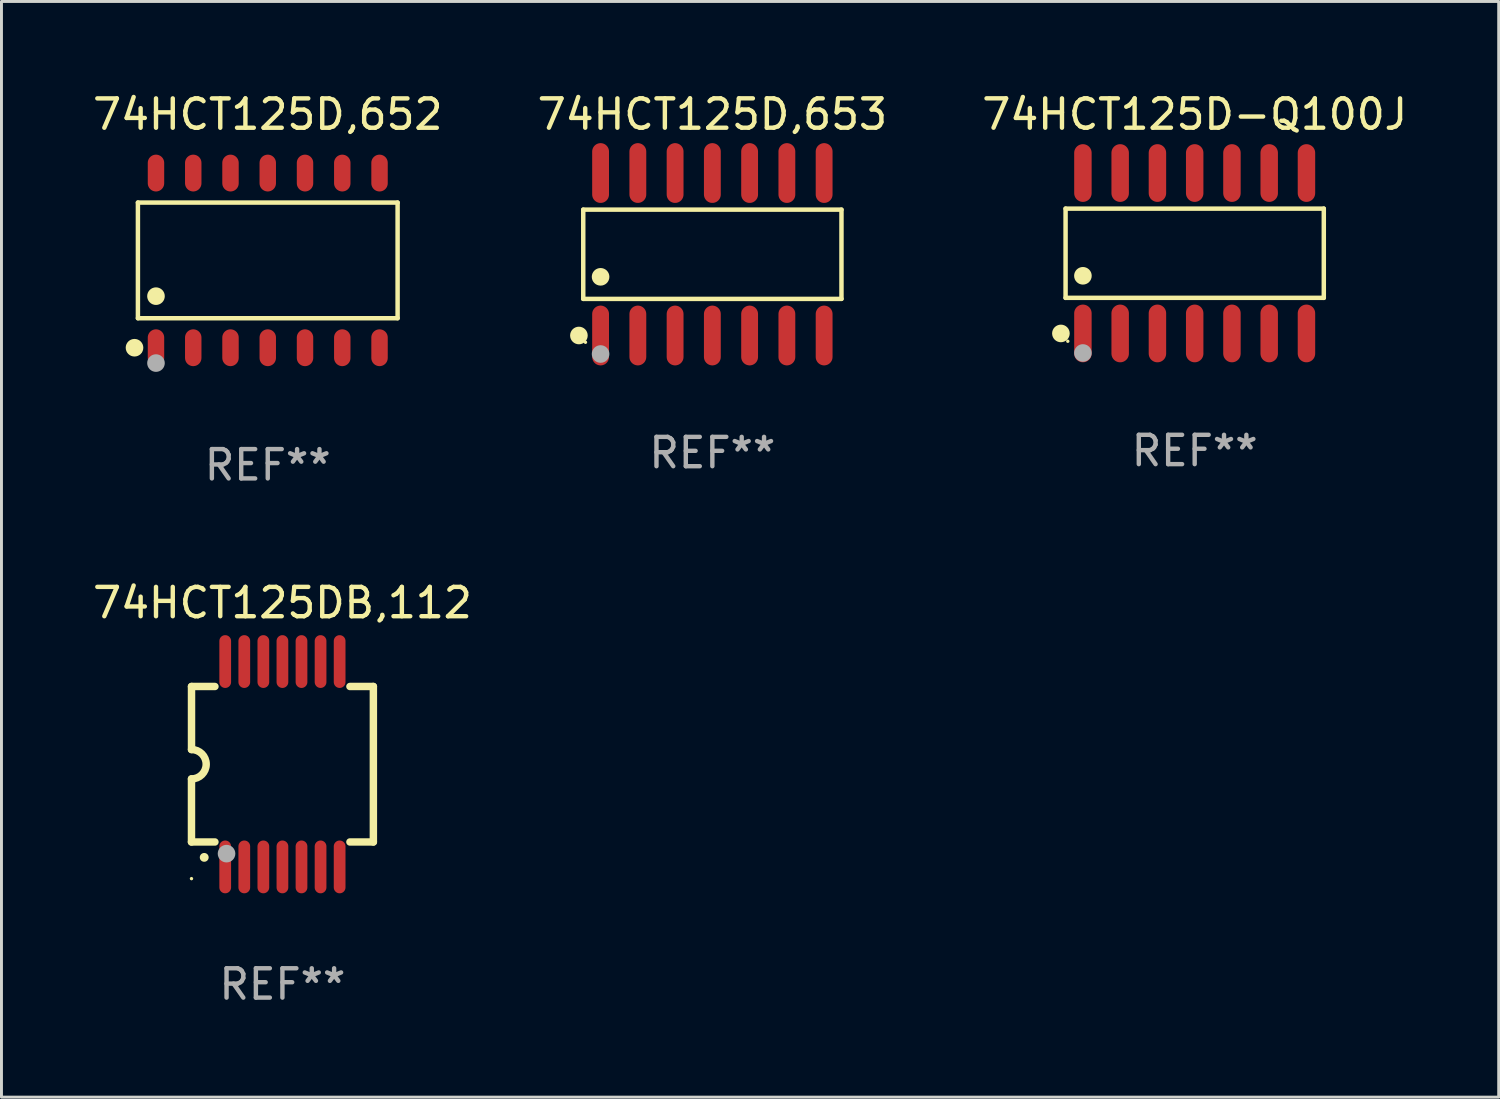
<source format=kicad_pcb>
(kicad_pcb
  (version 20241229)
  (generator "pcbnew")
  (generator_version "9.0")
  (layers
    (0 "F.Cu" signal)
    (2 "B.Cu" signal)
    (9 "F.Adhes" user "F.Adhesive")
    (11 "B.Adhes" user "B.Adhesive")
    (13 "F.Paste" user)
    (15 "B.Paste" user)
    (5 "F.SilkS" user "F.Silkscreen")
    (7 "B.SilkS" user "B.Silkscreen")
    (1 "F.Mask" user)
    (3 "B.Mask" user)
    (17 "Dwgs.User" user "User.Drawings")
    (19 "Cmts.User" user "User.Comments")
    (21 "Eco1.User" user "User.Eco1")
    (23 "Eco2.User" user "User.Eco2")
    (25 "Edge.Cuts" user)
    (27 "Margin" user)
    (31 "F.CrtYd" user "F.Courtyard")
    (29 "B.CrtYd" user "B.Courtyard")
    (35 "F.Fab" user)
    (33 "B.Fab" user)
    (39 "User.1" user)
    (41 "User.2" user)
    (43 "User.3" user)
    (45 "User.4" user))
  (footprint "74HCT125D,652"
    (layer "F.Cu")
    (at 6.077 5.826)
    (property "Reference" "74HCT125D,652" (at 0 -4.977 0) (layer "F.SilkS") (effects (font (size 1 1) (thickness 0.15))))
    (attr through_hole)
    (fp_line (start -4.426 -1.971) (end 4.426 -1.971) (stroke (width 0.152) (type solid)) (layer "F.SilkS"))
    (fp_line (start -4.426 1.971) (end -4.426 -1.971) (stroke (width 0.152) (type solid)) (layer "F.SilkS"))
    (fp_line (start 4.426 -1.971) (end 4.426 1.971) (stroke (width 0.152) (type solid)) (layer "F.SilkS"))
    (fp_line (start 4.426 1.971) (end -4.426 1.971) (stroke (width 0.152) (type solid)) (layer "F.SilkS"))
    (fp_circle (center -4.542 2.977) (end -4.392 2.977) (stroke (width 0.3) (type solid)) (fill no) (layer "F.SilkS"))
    (fp_circle (center -4.35 3.1) (end -4.32 3.1) (stroke (width 0.06) (type solid)) (fill no) (layer "F.SilkS"))
    (fp_circle (center -3.81 1.219) (end -3.66 1.219) (stroke (width 0.3) (type solid)) (fill no) (layer "F.SilkS"))
    (fp_circle (center -3.81 3.5) (end -3.66 3.5) (stroke (width 0.3) (type solid)) (fill no) (layer "F.Fab"))
    (fp_text user "REF**" (at 0 6.977 0) (layer "F.Fab") (effects (font (size 1 1) (thickness 0.15))))
    (pad "1" smd oval (at -3.81 2.977) (size 0.56 1.255) (layers "F.Cu" "F.Mask" "F.Paste"))
    (pad "2" smd oval (at -2.54 2.977) (size 0.56 1.255) (layers "F.Cu" "F.Mask" "F.Paste"))
    (pad "3" smd oval (at -1.27 2.977) (size 0.56 1.255) (layers "F.Cu" "F.Mask" "F.Paste"))
    (pad "4" smd oval (at 0 2.977) (size 0.56 1.255) (layers "F.Cu" "F.Mask" "F.Paste"))
    (pad "5" smd oval (at 1.27 2.977) (size 0.56 1.255) (layers "F.Cu" "F.Mask" "F.Paste"))
    (pad "6" smd oval (at 2.54 2.977) (size 0.56 1.255) (layers "F.Cu" "F.Mask" "F.Paste"))
    (pad "7" smd oval (at 3.81 2.977) (size 0.56 1.255) (layers "F.Cu" "F.Mask" "F.Paste"))
    (pad "8" smd oval (at 3.81 -2.977) (size 0.56 1.255) (layers "F.Cu" "F.Mask" "F.Paste"))
    (pad "9" smd oval (at 2.54 -2.977) (size 0.56 1.255) (layers "F.Cu" "F.Mask" "F.Paste"))
    (pad "10" smd oval (at 1.27 -2.977) (size 0.56 1.255) (layers "F.Cu" "F.Mask" "F.Paste"))
    (pad "11" smd oval (at 0 -2.977) (size 0.56 1.255) (layers "F.Cu" "F.Mask" "F.Paste"))
    (pad "12" smd oval (at -1.27 -2.977) (size 0.56 1.255) (layers "F.Cu" "F.Mask" "F.Paste"))
    (pad "13" smd oval (at -2.54 -2.977) (size 0.56 1.255) (layers "F.Cu" "F.Mask" "F.Paste"))
    (pad "14" smd oval (at -3.81 -2.977) (size 0.56 1.255) (layers "F.Cu" "F.Mask" "F.Paste")))
  (footprint "74HCT125DB,112"
    (layer "F.Cu")
    (at 6.577 23)
    (property "Reference" "74HCT125DB,112" (at 0 -5.5 0) (layer "F.SilkS") (effects (font (size 1 1) (thickness 0.15))))
    (attr through_hole)
    (fp_line (start -3.1 2.65) (end -3.1 0.5) (stroke (width 0.254) (type solid)) (layer "F.SilkS"))
    (fp_line (start -3.099 -2.65) (end -2.301 -2.65) (stroke (width 0.254) (type solid)) (layer "F.SilkS"))
    (fp_line (start -3.099 -0.5) (end -3.099 -2.65) (stroke (width 0.254) (type solid)) (layer "F.SilkS"))
    (fp_line (start -2.301 2.65) (end -3.1 2.65) (stroke (width 0.254) (type solid)) (layer "F.SilkS"))
    (fp_line (start 2.301 -2.65) (end 3.1 -2.65) (stroke (width 0.254) (type solid)) (layer "F.SilkS"))
    (fp_line (start 3.1 -2.65) (end 3.1 2.65) (stroke (width 0.254) (type solid)) (layer "F.SilkS"))
    (fp_line (start 3.1 2.65) (end 2.301 2.65) (stroke (width 0.254) (type solid)) (layer "F.SilkS"))
    (fp_arc (start -3.098806 -0.500381) (mid -2.598806 0) (end -3.098806 0.500381) (stroke (width 0.254001) (type solid)) (layer "F.SilkS"))
    (fp_arc (start -2.667005 3.175006) (mid -2.665735 3.175001) (end -2.664465 3.175006) (stroke (width 0.3) (type solid)) (layer "F.SilkS"))
    (fp_circle (center -3.1 3.9) (end -3.07 3.9) (stroke (width 0.06) (type solid)) (fill no) (layer "F.SilkS"))
    (fp_circle (center -1.905 3.048) (end -1.755 3.048) (stroke (width 0.3) (type solid)) (fill no) (layer "F.Fab"))
    (fp_text user "REF**" (at 0 7.5 0) (layer "F.Fab") (effects (font (size 1 1) (thickness 0.15))))
    (pad "1" smd oval (at -1.95 3.5 270) (size 1.8 0.4) (layers "F.Cu" "F.Mask" "F.Paste"))
    (pad "2" smd oval (at -1.3 3.5 270) (size 1.8 0.4) (layers "F.Cu" "F.Mask" "F.Paste"))
    (pad "3" smd oval (at -0.65 3.5 270) (size 1.8 0.4) (layers "F.Cu" "F.Mask" "F.Paste"))
    (pad "4" smd oval (at 0 3.5 270) (size 1.8 0.4) (layers "F.Cu" "F.Mask" "F.Paste"))
    (pad "5" smd oval (at 0.65 3.5 270) (size 1.8 0.4) (layers "F.Cu" "F.Mask" "F.Paste"))
    (pad "6" smd oval (at 1.3 3.5 270) (size 1.8 0.4) (layers "F.Cu" "F.Mask" "F.Paste"))
    (pad "7" smd oval (at 1.95 3.5 270) (size 1.8 0.4) (layers "F.Cu" "F.Mask" "F.Paste"))
    (pad "8" smd oval (at 1.95 -3.5 90) (size 1.8 0.4) (layers "F.Cu" "F.Mask" "F.Paste"))
    (pad "9" smd oval (at 1.3 -3.5 90) (size 1.8 0.4) (layers "F.Cu" "F.Mask" "F.Paste"))
    (pad "10" smd oval (at 0.65 -3.5 90) (size 1.8 0.4) (layers "F.Cu" "F.Mask" "F.Paste"))
    (pad "11" smd oval (at 0 -3.5 90) (size 1.8 0.4) (layers "F.Cu" "F.Mask" "F.Paste"))
    (pad "12" smd oval (at -0.65 -3.5 90) (size 1.8 0.4) (layers "F.Cu" "F.Mask" "F.Paste"))
    (pad "13" smd oval (at -1.3 -3.5 90) (size 1.8 0.4) (layers "F.Cu" "F.Mask" "F.Paste"))
    (pad "14" smd oval (at -1.95 -3.5 90) (size 1.8 0.4) (layers "F.Cu" "F.Mask" "F.Paste")))
  (footprint "74HCT125D,653"
    (layer "F.Cu")
    (at 21.232 5.617)
    (property "Reference" "74HCT125D,653" (at 0 -4.769 0) (layer "F.SilkS") (effects (font (size 1 1) (thickness 0.15))))
    (attr through_hole)
    (fp_line (start -4.401 -1.521) (end 4.401 -1.521) (stroke (width 0.152) (type solid)) (layer "F.SilkS"))
    (fp_line (start -4.401 1.521) (end -4.401 -1.521) (stroke (width 0.152) (type solid)) (layer "F.SilkS"))
    (fp_line (start 4.401 -1.521) (end 4.401 1.521) (stroke (width 0.152) (type solid)) (layer "F.SilkS"))
    (fp_line (start 4.401 1.521) (end -4.401 1.521) (stroke (width 0.152) (type solid)) (layer "F.SilkS"))
    (fp_circle (center -4.549 2.769) (end -4.399 2.769) (stroke (width 0.3) (type solid)) (fill no) (layer "F.SilkS"))
    (fp_circle (center -4.325 3) (end -4.295 3) (stroke (width 0.06) (type solid)) (fill no) (layer "F.SilkS"))
    (fp_circle (center -3.81 0.769) (end -3.66 0.769) (stroke (width 0.3) (type solid)) (fill no) (layer "F.SilkS"))
    (fp_circle (center -3.81 3.4) (end -3.66 3.4) (stroke (width 0.3) (type solid)) (fill no) (layer "F.Fab"))
    (fp_text user "REF**" (at 0 6.769 0) (layer "F.Fab") (effects (font (size 1 1) (thickness 0.15))))
    (pad "1" smd oval (at -3.81 2.769) (size 0.574 2.038) (layers "F.Cu" "F.Mask" "F.Paste"))
    (pad "2" smd oval (at -2.54 2.769) (size 0.574 2.038) (layers "F.Cu" "F.Mask" "F.Paste"))
    (pad "3" smd oval (at -1.27 2.769) (size 0.574 2.038) (layers "F.Cu" "F.Mask" "F.Paste"))
    (pad "4" smd oval (at 0 2.769) (size 0.574 2.038) (layers "F.Cu" "F.Mask" "F.Paste"))
    (pad "5" smd oval (at 1.27 2.769) (size 0.574 2.038) (layers "F.Cu" "F.Mask" "F.Paste"))
    (pad "6" smd oval (at 2.54 2.769) (size 0.574 2.038) (layers "F.Cu" "F.Mask" "F.Paste"))
    (pad "7" smd oval (at 3.81 2.769) (size 0.574 2.038) (layers "F.Cu" "F.Mask" "F.Paste"))
    (pad "8" smd oval (at 3.81 -2.769) (size 0.574 2.038) (layers "F.Cu" "F.Mask" "F.Paste"))
    (pad "9" smd oval (at 2.54 -2.769) (size 0.574 2.038) (layers "F.Cu" "F.Mask" "F.Paste"))
    (pad "10" smd oval (at 1.27 -2.769) (size 0.574 2.038) (layers "F.Cu" "F.Mask" "F.Paste"))
    (pad "11" smd oval (at 0 -2.769) (size 0.574 2.038) (layers "F.Cu" "F.Mask" "F.Paste"))
    (pad "12" smd oval (at -1.27 -2.769) (size 0.574 2.038) (layers "F.Cu" "F.Mask" "F.Paste"))
    (pad "13" smd oval (at -2.54 -2.769) (size 0.574 2.038) (layers "F.Cu" "F.Mask" "F.Paste"))
    (pad "14" smd oval (at -3.81 -2.769) (size 0.574 2.038) (layers "F.Cu" "F.Mask" "F.Paste")))
  (footprint "74HCT125D-Q100J"
    (layer "F.Cu")
    (at 37.673 5.582)
    (property "Reference" "74HCT125D-Q100J" (at 0 -4.734 0) (layer "F.SilkS") (effects (font (size 1 1) (thickness 0.15))))
    (attr through_hole)
    (fp_line (start -4.401 -1.521) (end 4.401 -1.521) (stroke (width 0.152) (type solid)) (layer "F.SilkS"))
    (fp_line (start -4.401 1.521) (end -4.401 -1.521) (stroke (width 0.152) (type solid)) (layer "F.SilkS"))
    (fp_line (start 4.401 -1.521) (end 4.401 1.521) (stroke (width 0.152) (type solid)) (layer "F.SilkS"))
    (fp_line (start 4.401 1.521) (end -4.401 1.521) (stroke (width 0.152) (type solid)) (layer "F.SilkS"))
    (fp_circle (center -4.56 2.734) (end -4.41 2.734) (stroke (width 0.3) (type solid)) (fill no) (layer "F.SilkS"))
    (fp_circle (center -4.325 3) (end -4.295 3) (stroke (width 0.06) (type solid)) (fill no) (layer "F.SilkS"))
    (fp_circle (center -3.81 0.769) (end -3.66 0.769) (stroke (width 0.3) (type solid)) (fill no) (layer "F.SilkS"))
    (fp_circle (center -3.81 3.4) (end -3.66 3.4) (stroke (width 0.3) (type solid)) (fill no) (layer "F.Fab"))
    (fp_text user "REF**" (at 0 6.734 0) (layer "F.Fab") (effects (font (size 1 1) (thickness 0.15))))
    (pad "1" smd oval (at -3.81 2.734) (size 0.595 1.968) (layers "F.Cu" "F.Mask" "F.Paste"))
    (pad "2" smd oval (at -2.54 2.734) (size 0.595 1.968) (layers "F.Cu" "F.Mask" "F.Paste"))
    (pad "3" smd oval (at -1.27 2.734) (size 0.595 1.968) (layers "F.Cu" "F.Mask" "F.Paste"))
    (pad "4" smd oval (at 0 2.734) (size 0.595 1.968) (layers "F.Cu" "F.Mask" "F.Paste"))
    (pad "5" smd oval (at 1.27 2.734) (size 0.595 1.968) (layers "F.Cu" "F.Mask" "F.Paste"))
    (pad "6" smd oval (at 2.54 2.734) (size 0.595 1.968) (layers "F.Cu" "F.Mask" "F.Paste"))
    (pad "7" smd oval (at 3.81 2.734) (size 0.595 1.968) (layers "F.Cu" "F.Mask" "F.Paste"))
    (pad "8" smd oval (at 3.81 -2.734) (size 0.595 1.968) (layers "F.Cu" "F.Mask" "F.Paste"))
    (pad "9" smd oval (at 2.54 -2.734) (size 0.595 1.968) (layers "F.Cu" "F.Mask" "F.Paste"))
    (pad "10" smd oval (at 1.27 -2.734) (size 0.595 1.968) (layers "F.Cu" "F.Mask" "F.Paste"))
    (pad "11" smd oval (at 0 -2.734) (size 0.595 1.968) (layers "F.Cu" "F.Mask" "F.Paste"))
    (pad "12" smd oval (at -1.27 -2.734) (size 0.595 1.968) (layers "F.Cu" "F.Mask" "F.Paste"))
    (pad "13" smd oval (at -2.54 -2.734) (size 0.595 1.968) (layers "F.Cu" "F.Mask" "F.Paste"))
    (pad "14" smd oval (at -3.81 -2.734) (size 0.595 1.968) (layers "F.Cu" "F.Mask" "F.Paste")))
  (gr_rect
    (start -3 -3)
    (end 48.036 34.348)
    (stroke (width 0.1) (type default))
    (fill no)
    (layer "Edge.Cuts")))
</source>
